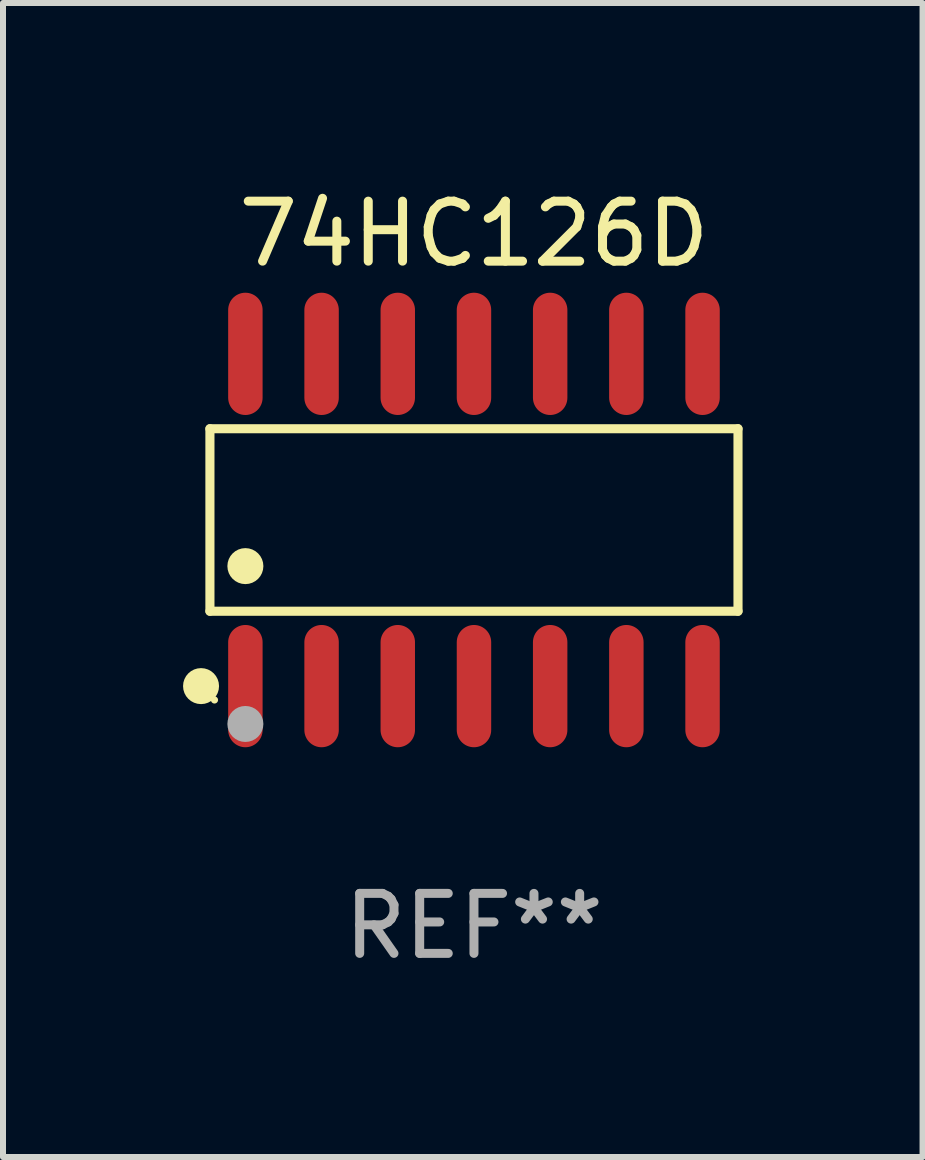
<source format=kicad_pcb>
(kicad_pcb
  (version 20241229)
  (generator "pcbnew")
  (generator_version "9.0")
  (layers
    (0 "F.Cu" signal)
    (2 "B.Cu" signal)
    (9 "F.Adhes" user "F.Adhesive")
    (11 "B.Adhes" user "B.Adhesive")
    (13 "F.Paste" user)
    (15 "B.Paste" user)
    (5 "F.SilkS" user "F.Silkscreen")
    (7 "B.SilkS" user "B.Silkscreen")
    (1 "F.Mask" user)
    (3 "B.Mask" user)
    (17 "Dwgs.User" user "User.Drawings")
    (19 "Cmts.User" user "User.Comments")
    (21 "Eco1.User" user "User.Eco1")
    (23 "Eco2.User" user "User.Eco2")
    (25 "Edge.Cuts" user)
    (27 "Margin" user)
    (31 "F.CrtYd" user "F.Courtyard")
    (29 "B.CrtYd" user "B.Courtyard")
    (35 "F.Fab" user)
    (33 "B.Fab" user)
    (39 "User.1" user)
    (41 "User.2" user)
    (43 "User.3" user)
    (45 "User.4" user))
  (footprint "74HC126D"
    (layer "F.Cu")
    (at 4.85 5.617)
    (property "Reference" "74HC126D" (at 0 -4.769 0) (layer "F.SilkS") (effects (font (size 1 1) (thickness 0.15))))
    (attr through_hole)
    (fp_line (start -4.401 -1.521) (end 4.401 -1.521) (stroke (width 0.152) (type solid)) (layer "F.SilkS"))
    (fp_line (start -4.401 1.521) (end -4.401 -1.521) (stroke (width 0.152) (type solid)) (layer "F.SilkS"))
    (fp_line (start 4.401 -1.521) (end 4.401 1.521) (stroke (width 0.152) (type solid)) (layer "F.SilkS"))
    (fp_line (start 4.401 1.521) (end -4.401 1.521) (stroke (width 0.152) (type solid)) (layer "F.SilkS"))
    (fp_circle (center -4.549 2.769) (end -4.399 2.769) (stroke (width 0.3) (type solid)) (fill no) (layer "F.SilkS"))
    (fp_circle (center -4.325 3) (end -4.295 3) (stroke (width 0.06) (type solid)) (fill no) (layer "F.SilkS"))
    (fp_circle (center -3.81 0.769) (end -3.66 0.769) (stroke (width 0.3) (type solid)) (fill no) (layer "F.SilkS"))
    (fp_circle (center -3.81 3.4) (end -3.66 3.4) (stroke (width 0.3) (type solid)) (fill no) (layer "F.Fab"))
    (fp_text user "REF**" (at 0 6.769 0) (layer "F.Fab") (effects (font (size 1 1) (thickness 0.15))))
    (pad "1" smd oval (at -3.81 2.769) (size 0.574 2.038) (layers "F.Cu" "F.Mask" "F.Paste"))
    (pad "2" smd oval (at -2.54 2.769) (size 0.574 2.038) (layers "F.Cu" "F.Mask" "F.Paste"))
    (pad "3" smd oval (at -1.27 2.769) (size 0.574 2.038) (layers "F.Cu" "F.Mask" "F.Paste"))
    (pad "4" smd oval (at 0 2.769) (size 0.574 2.038) (layers "F.Cu" "F.Mask" "F.Paste"))
    (pad "5" smd oval (at 1.27 2.769) (size 0.574 2.038) (layers "F.Cu" "F.Mask" "F.Paste"))
    (pad "6" smd oval (at 2.54 2.769) (size 0.574 2.038) (layers "F.Cu" "F.Mask" "F.Paste"))
    (pad "7" smd oval (at 3.81 2.769) (size 0.574 2.038) (layers "F.Cu" "F.Mask" "F.Paste"))
    (pad "8" smd oval (at 3.81 -2.769) (size 0.574 2.038) (layers "F.Cu" "F.Mask" "F.Paste"))
    (pad "9" smd oval (at 2.54 -2.769) (size 0.574 2.038) (layers "F.Cu" "F.Mask" "F.Paste"))
    (pad "10" smd oval (at 1.27 -2.769) (size 0.574 2.038) (layers "F.Cu" "F.Mask" "F.Paste"))
    (pad "11" smd oval (at 0 -2.769) (size 0.574 2.038) (layers "F.Cu" "F.Mask" "F.Paste"))
    (pad "12" smd oval (at -1.27 -2.769) (size 0.574 2.038) (layers "F.Cu" "F.Mask" "F.Paste"))
    (pad "13" smd oval (at -2.54 -2.769) (size 0.574 2.038) (layers "F.Cu" "F.Mask" "F.Paste"))
    (pad "14" smd oval (at -3.81 -2.769) (size 0.574 2.038) (layers "F.Cu" "F.Mask" "F.Paste")))
  (gr_rect
    (start -3 -3)
    (end 12.327 16.235)
    (stroke (width 0.1) (type default))
    (fill no)
    (layer "Edge.Cuts")))
</source>
